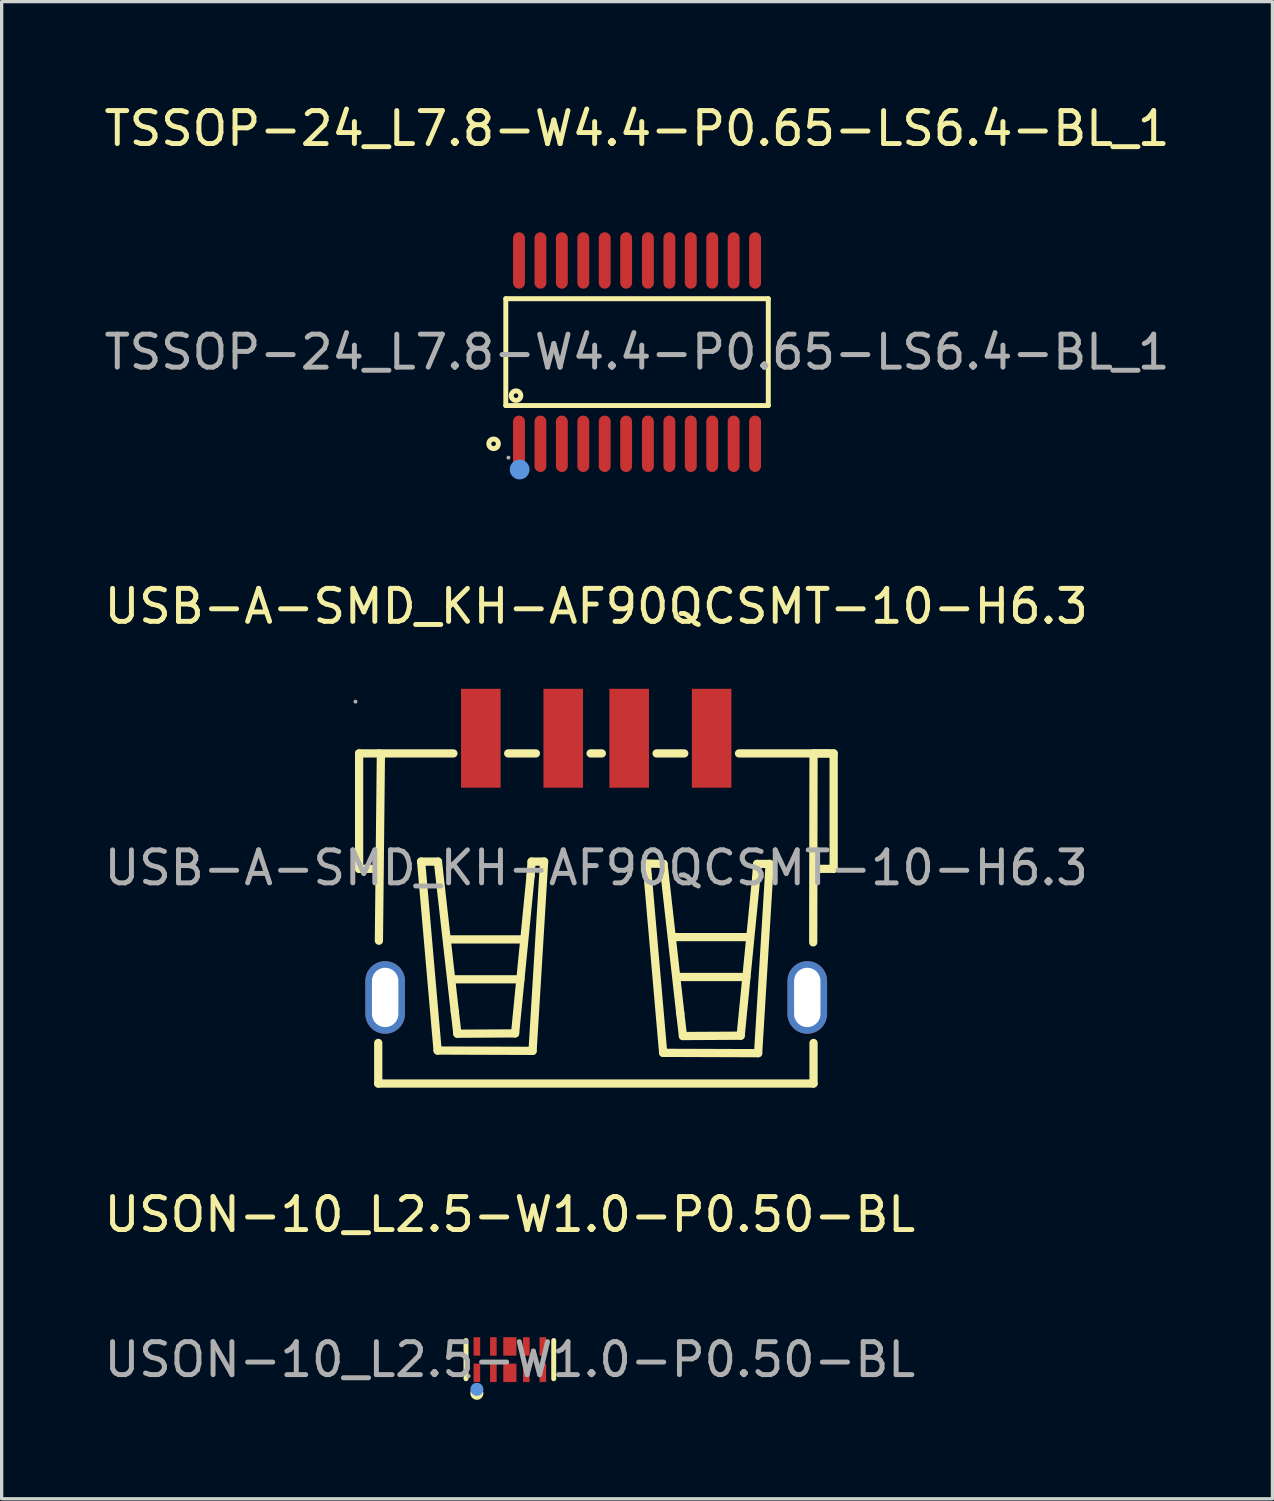
<source format=kicad_pcb>
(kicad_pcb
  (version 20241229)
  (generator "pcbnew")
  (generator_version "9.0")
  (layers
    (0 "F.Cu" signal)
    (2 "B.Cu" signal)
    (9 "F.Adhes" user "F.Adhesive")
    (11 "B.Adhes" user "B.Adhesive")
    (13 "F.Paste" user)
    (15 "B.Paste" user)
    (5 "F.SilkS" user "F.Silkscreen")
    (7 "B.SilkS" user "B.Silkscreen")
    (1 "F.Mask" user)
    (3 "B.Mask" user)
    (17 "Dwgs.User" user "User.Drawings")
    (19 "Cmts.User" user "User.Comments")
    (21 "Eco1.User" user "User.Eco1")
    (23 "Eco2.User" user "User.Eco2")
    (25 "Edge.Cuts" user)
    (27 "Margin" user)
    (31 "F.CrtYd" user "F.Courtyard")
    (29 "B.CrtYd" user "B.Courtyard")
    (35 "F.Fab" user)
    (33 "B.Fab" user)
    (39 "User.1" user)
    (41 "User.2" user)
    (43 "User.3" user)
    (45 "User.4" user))
  (footprint "USB-A-SMD_KH-AF90QCSMT-10-H6.3"
    (layer "F.Cu")
    (at 15.03 23.267)
    (property "Reference" "USB-A-SMD_KH-AF90QCSMT-10-H6.3" (at 0 -7.93 0) (layer "F.SilkS") (effects (font (size 1 1) (thickness 0.15))))
    (attr smd)
    (fp_line (start -7.19 0.03) (end -7.19 -3.47) (stroke (width 0.25) (type solid)) (layer "F.SilkS"))
    (fp_line (start -6.61 6.54) (end -6.61 5.31) (stroke (width 0.25) (type solid)) (layer "F.SilkS"))
    (fp_line (start -6.61 6.54) (end 6.59 6.54) (stroke (width 0.25) (type solid)) (layer "F.SilkS"))
    (fp_line (start -6.59 -3.47) (end -7.19 -3.47) (stroke (width 0.25) (type solid)) (layer "F.SilkS"))
    (fp_line (start -6.59 -3.47) (end -4.33 -3.47) (stroke (width 0.25) (type solid)) (layer "F.SilkS"))
    (fp_line (start -6.59 0.03) (end -7.19 0.03) (stroke (width 0.25) (type solid)) (layer "F.SilkS"))
    (fp_line (start -6.59 2.21) (end -6.53 -3.41) (stroke (width 0.25) (type solid)) (layer "F.SilkS"))
    (fp_line (start -5.31 -0.19) (end -4.8 -0.19) (stroke (width 0.25) (type solid)) (layer "F.SilkS"))
    (fp_line (start -4.81 5.54) (end -5.31 -0.19) (stroke (width 0.25) (type solid)) (layer "F.SilkS"))
    (fp_line (start -4.8 -0.19) (end -4.29 4.35) (stroke (width 0.25) (type solid)) (layer "F.SilkS"))
    (fp_line (start -4.47 2.17) (end -2.21 2.17) (stroke (width 0.25) (type solid)) (layer "F.SilkS"))
    (fp_line (start -4.33 3.38) (end -2.3 3.38) (stroke (width 0.25) (type solid)) (layer "F.SilkS"))
    (fp_line (start -4.29 4.35) (end -4.21 5.03) (stroke (width 0.25) (type solid)) (layer "F.SilkS"))
    (fp_line (start -4.21 5.03) (end -2.46 5.02) (stroke (width 0.25) (type solid)) (layer "F.SilkS"))
    (fp_line (start -2.67 -3.47) (end -1.83 -3.47) (stroke (width 0.25) (type solid)) (layer "F.SilkS"))
    (fp_line (start -2.46 5.02) (end -1.99 0.24) (stroke (width 0.25) (type solid)) (layer "F.SilkS"))
    (fp_line (start -1.99 0.24) (end -1.96 -0.19) (stroke (width 0.25) (type solid)) (layer "F.SilkS"))
    (fp_line (start -1.96 -0.19) (end -1.58 -0.19) (stroke (width 0.25) (type solid)) (layer "F.SilkS"))
    (fp_line (start -1.93 5.55) (end -4.81 5.54) (stroke (width 0.25) (type solid)) (layer "F.SilkS"))
    (fp_line (start -1.58 -0.19) (end -1.93 5.55) (stroke (width 0.25) (type solid)) (layer "F.SilkS"))
    (fp_line (start -0.17 -3.47) (end 0.17 -3.47) (stroke (width 0.25) (type solid)) (layer "F.SilkS"))
    (fp_line (start 1.53 -0.13) (end 2.04 -0.12) (stroke (width 0.25) (type solid)) (layer "F.SilkS"))
    (fp_line (start 1.83 -3.47) (end 2.67 -3.47) (stroke (width 0.25) (type solid)) (layer "F.SilkS"))
    (fp_line (start 2.03 5.61) (end 1.53 -0.13) (stroke (width 0.25) (type solid)) (layer "F.SilkS"))
    (fp_line (start 2.04 -0.12) (end 2.55 4.42) (stroke (width 0.25) (type solid)) (layer "F.SilkS"))
    (fp_line (start 2.38 2.1) (end 4.64 2.1) (stroke (width 0.25) (type solid)) (layer "F.SilkS"))
    (fp_line (start 2.52 3.31) (end 4.55 3.31) (stroke (width 0.25) (type solid)) (layer "F.SilkS"))
    (fp_line (start 2.55 4.42) (end 2.63 5.1) (stroke (width 0.25) (type solid)) (layer "F.SilkS"))
    (fp_line (start 2.63 5.1) (end 4.38 5.09) (stroke (width 0.25) (type solid)) (layer "F.SilkS"))
    (fp_line (start 4.33 -3.47) (end 7.07 -3.47) (stroke (width 0.25) (type solid)) (layer "F.SilkS"))
    (fp_line (start 4.38 5.09) (end 4.85 0.31) (stroke (width 0.25) (type solid)) (layer "F.SilkS"))
    (fp_line (start 4.85 0.31) (end 4.88 -0.12) (stroke (width 0.25) (type solid)) (layer "F.SilkS"))
    (fp_line (start 4.88 -0.12) (end 5.26 -0.12) (stroke (width 0.25) (type solid)) (layer "F.SilkS"))
    (fp_line (start 4.91 5.62) (end 2.03 5.61) (stroke (width 0.25) (type solid)) (layer "F.SilkS"))
    (fp_line (start 5.26 -0.12) (end 4.91 5.62) (stroke (width 0.25) (type solid)) (layer "F.SilkS"))
    (fp_line (start 6.58 2.26) (end 6.59 -3.47) (stroke (width 0.25) (type solid)) (layer "F.SilkS"))
    (fp_line (start 6.59 6.54) (end 6.59 5.31) (stroke (width 0.25) (type solid)) (layer "F.SilkS"))
    (fp_line (start 6.6 -3.47) (end 7.2 -3.47) (stroke (width 0.25) (type solid)) (layer "F.SilkS"))
    (fp_line (start 6.6 0.03) (end 7.2 0.03) (stroke (width 0.25) (type solid)) (layer "F.SilkS"))
    (fp_line (start 7.2 -3.47) (end 7.2 0.03) (stroke (width 0.25) (type solid)) (layer "F.SilkS"))
    (fp_circle (center -7.3 -5.04) (end -7.27 -5.04) (stroke (width 0.06) (type solid)) (fill no) (layer "F.Fab"))
    (fp_text user "${REFERENCE}" (at 0 0 0) (layer "F.Fab") (effects (font (size 1 1) (thickness 0.15))))
    (pad "1" smd rect (at -3.5 -3.93 180) (size 1.2 3) (layers "F.Cu" "F.Mask" "F.Paste"))
    (pad "2" smd rect (at -1 -3.93 180) (size 1.2 3) (layers "F.Cu" "F.Mask" "F.Paste"))
    (pad "3" smd rect (at 1 -3.93 180) (size 1.2 3) (layers "F.Cu" "F.Mask" "F.Paste"))
    (pad "4" smd rect (at 3.5 -3.93 180) (size 1.2 3) (layers "F.Cu" "F.Mask" "F.Paste"))
    (pad "5" thru_hole oval (at 6.4 3.93 90) (size 2.2 1.2) (drill oval 1.799 0.8) (layers "*.Cu" "*.Mask"))
    (pad "6" thru_hole oval (at -6.4 3.93 270) (size 2.2 1.2) (drill oval 1.799 0.8) (layers "*.Cu" "*.Mask")))
  (footprint "USON-10_L2.5-W1.0-P0.50-BL"
    (layer "F.Cu")
    (at 12.411 38.18)
    (property "Reference" "USON-10_L2.5-W1.0-P0.50-BL" (at 0 -4.4 0) (layer "F.SilkS") (effects (font (size 1 1) (thickness 0.15))))
    (attr smd)
    (fp_line (start -1.33 0.58) (end -1.33 -0.58) (stroke (width 0.15) (type solid)) (layer "F.SilkS"))
    (fp_line (start 1.33 -0.58) (end 1.33 0.58) (stroke (width 0.15) (type solid)) (layer "F.SilkS"))
    (fp_circle (center -1 1.02) (end -0.9 1.02) (stroke (width 0.2) (type solid)) (fill no) (layer "F.SilkS"))
    (fp_circle (center -1 0.9) (end -0.9 0.9) (stroke (width 0.2) (type solid)) (fill no) (layer "Cmts.User"))
    (fp_circle (center -1.25 0.5) (end -1.22 0.5) (stroke (width 0.06) (type solid)) (fill no) (layer "F.Fab"))
    (fp_text user "${REFERENCE}" (at 0 0 0) (layer "F.Fab") (effects (font (size 1 1) (thickness 0.15))))
    (pad "1" smd rect (at -1 0.4) (size 0.2 0.56) (layers "F.Cu" "F.Mask" "F.Paste"))
    (pad "2" smd rect (at -0.5 0.4) (size 0.2 0.56) (layers "F.Cu" "F.Mask" "F.Paste"))
    (pad "3" smd rect (at 0 0.4) (size 0.4 0.56) (layers "F.Cu" "F.Mask" "F.Paste"))
    (pad "4" smd rect (at 0.5 0.4) (size 0.2 0.56) (layers "F.Cu" "F.Mask" "F.Paste"))
    (pad "5" smd rect (at 1 0.4) (size 0.2 0.56) (layers "F.Cu" "F.Mask" "F.Paste"))
    (pad "6" smd rect (at 1 -0.4) (size 0.2 0.56) (layers "F.Cu" "F.Mask" "F.Paste"))
    (pad "7" smd rect (at 0.5 -0.4) (size 0.2 0.56) (layers "F.Cu" "F.Mask" "F.Paste"))
    (pad "8" smd rect (at 0 -0.4) (size 0.4 0.56) (layers "F.Cu" "F.Mask" "F.Paste"))
    (pad "9" smd rect (at -0.5 -0.4) (size 0.2 0.56) (layers "F.Cu" "F.Mask" "F.Paste"))
    (pad "10" smd rect (at -1 -0.4) (size 0.2 0.56) (layers "F.Cu" "F.Mask" "F.Paste")))
  (footprint "TSSOP-24_L7.8-W4.4-P0.65-LS6.4-BL_1"
    (layer "F.Cu")
    (at 16.268 7.628)
    (property "Reference" "TSSOP-24_L7.8-W4.4-P0.65-LS6.4-BL_1" (at 0 -6.78 0) (layer "F.SilkS") (effects (font (size 1 1) (thickness 0.15))))
    (attr smd)
    (fp_line (start -3.98 -1.62) (end 3.98 -1.62) (stroke (width 0.15) (type solid)) (layer "F.SilkS"))
    (fp_line (start -3.98 1.62) (end -3.98 -1.62) (stroke (width 0.15) (type solid)) (layer "F.SilkS"))
    (fp_line (start 3.98 -1.62) (end 3.98 1.62) (stroke (width 0.15) (type solid)) (layer "F.SilkS"))
    (fp_line (start 3.98 1.62) (end -3.98 1.62) (stroke (width 0.15) (type solid)) (layer "F.SilkS"))
    (fp_circle (center -4.35 2.78) (end -4.28 2.78) (stroke (width 0.15) (type solid)) (fill no) (layer "F.SilkS"))
    (fp_circle (center -3.67 1.32) (end -3.6 1.32) (stroke (width 0.15) (type solid)) (fill no) (layer "F.SilkS"))
    (fp_circle (center -3.56 3.56) (end -3.41 3.56) (stroke (width 0.3) (type solid)) (fill no) (layer "Cmts.User"))
    (fp_circle (center -3.9 3.2) (end -3.87 3.2) (stroke (width 0.06) (type solid)) (fill no) (layer "F.Fab"))
    (fp_text user "${REFERENCE}" (at 0 0 0) (layer "F.Fab") (effects (font (size 1 1) (thickness 0.15))))
    (pad "1" smd oval (at -3.58 2.78) (size 0.36 1.71) (layers "F.Cu" "F.Mask" "F.Paste"))
    (pad "2" smd oval (at -2.93 2.78) (size 0.36 1.71) (layers "F.Cu" "F.Mask" "F.Paste"))
    (pad "3" smd oval (at -2.28 2.78) (size 0.36 1.71) (layers "F.Cu" "F.Mask" "F.Paste"))
    (pad "4" smd oval (at -1.63 2.78) (size 0.36 1.71) (layers "F.Cu" "F.Mask" "F.Paste"))
    (pad "5" smd oval (at -0.98 2.78) (size 0.36 1.71) (layers "F.Cu" "F.Mask" "F.Paste"))
    (pad "6" smd oval (at -0.33 2.78) (size 0.36 1.71) (layers "F.Cu" "F.Mask" "F.Paste"))
    (pad "7" smd oval (at 0.33 2.78) (size 0.36 1.71) (layers "F.Cu" "F.Mask" "F.Paste"))
    (pad "8" smd oval (at 0.98 2.78) (size 0.36 1.71) (layers "F.Cu" "F.Mask" "F.Paste"))
    (pad "9" smd oval (at 1.63 2.78) (size 0.36 1.71) (layers "F.Cu" "F.Mask" "F.Paste"))
    (pad "10" smd oval (at 2.28 2.78) (size 0.36 1.71) (layers "F.Cu" "F.Mask" "F.Paste"))
    (pad "11" smd oval (at 2.93 2.78) (size 0.36 1.71) (layers "F.Cu" "F.Mask" "F.Paste"))
    (pad "12" smd oval (at 3.58 2.78) (size 0.36 1.71) (layers "F.Cu" "F.Mask" "F.Paste"))
    (pad "13" smd oval (at 3.58 -2.78) (size 0.36 1.71) (layers "F.Cu" "F.Mask" "F.Paste"))
    (pad "14" smd oval (at 2.93 -2.78) (size 0.36 1.71) (layers "F.Cu" "F.Mask" "F.Paste"))
    (pad "15" smd oval (at 2.28 -2.78) (size 0.36 1.71) (layers "F.Cu" "F.Mask" "F.Paste"))
    (pad "16" smd oval (at 1.63 -2.78) (size 0.36 1.71) (layers "F.Cu" "F.Mask" "F.Paste"))
    (pad "17" smd oval (at 0.98 -2.78) (size 0.36 1.71) (layers "F.Cu" "F.Mask" "F.Paste"))
    (pad "18" smd oval (at 0.33 -2.78) (size 0.36 1.71) (layers "F.Cu" "F.Mask" "F.Paste"))
    (pad "19" smd oval (at -0.33 -2.78) (size 0.36 1.71) (layers "F.Cu" "F.Mask" "F.Paste"))
    (pad "20" smd oval (at -0.98 -2.78) (size 0.36 1.71) (layers "F.Cu" "F.Mask" "F.Paste"))
    (pad "21" smd oval (at -1.63 -2.78) (size 0.36 1.71) (layers "F.Cu" "F.Mask" "F.Paste"))
    (pad "22" smd oval (at -2.28 -2.78) (size 0.36 1.71) (layers "F.Cu" "F.Mask" "F.Paste"))
    (pad "23" smd oval (at -2.93 -2.78) (size 0.36 1.71) (layers "F.Cu" "F.Mask" "F.Paste"))
    (pad "24" smd oval (at -3.58 -2.78) (size 0.36 1.71) (layers "F.Cu" "F.Mask" "F.Paste")))
  (gr_rect
    (start -3 -3)
    (end 35.536 42.4)
    (stroke (width 0.1) (type default))
    (fill no)
    (layer "Edge.Cuts")))
</source>
